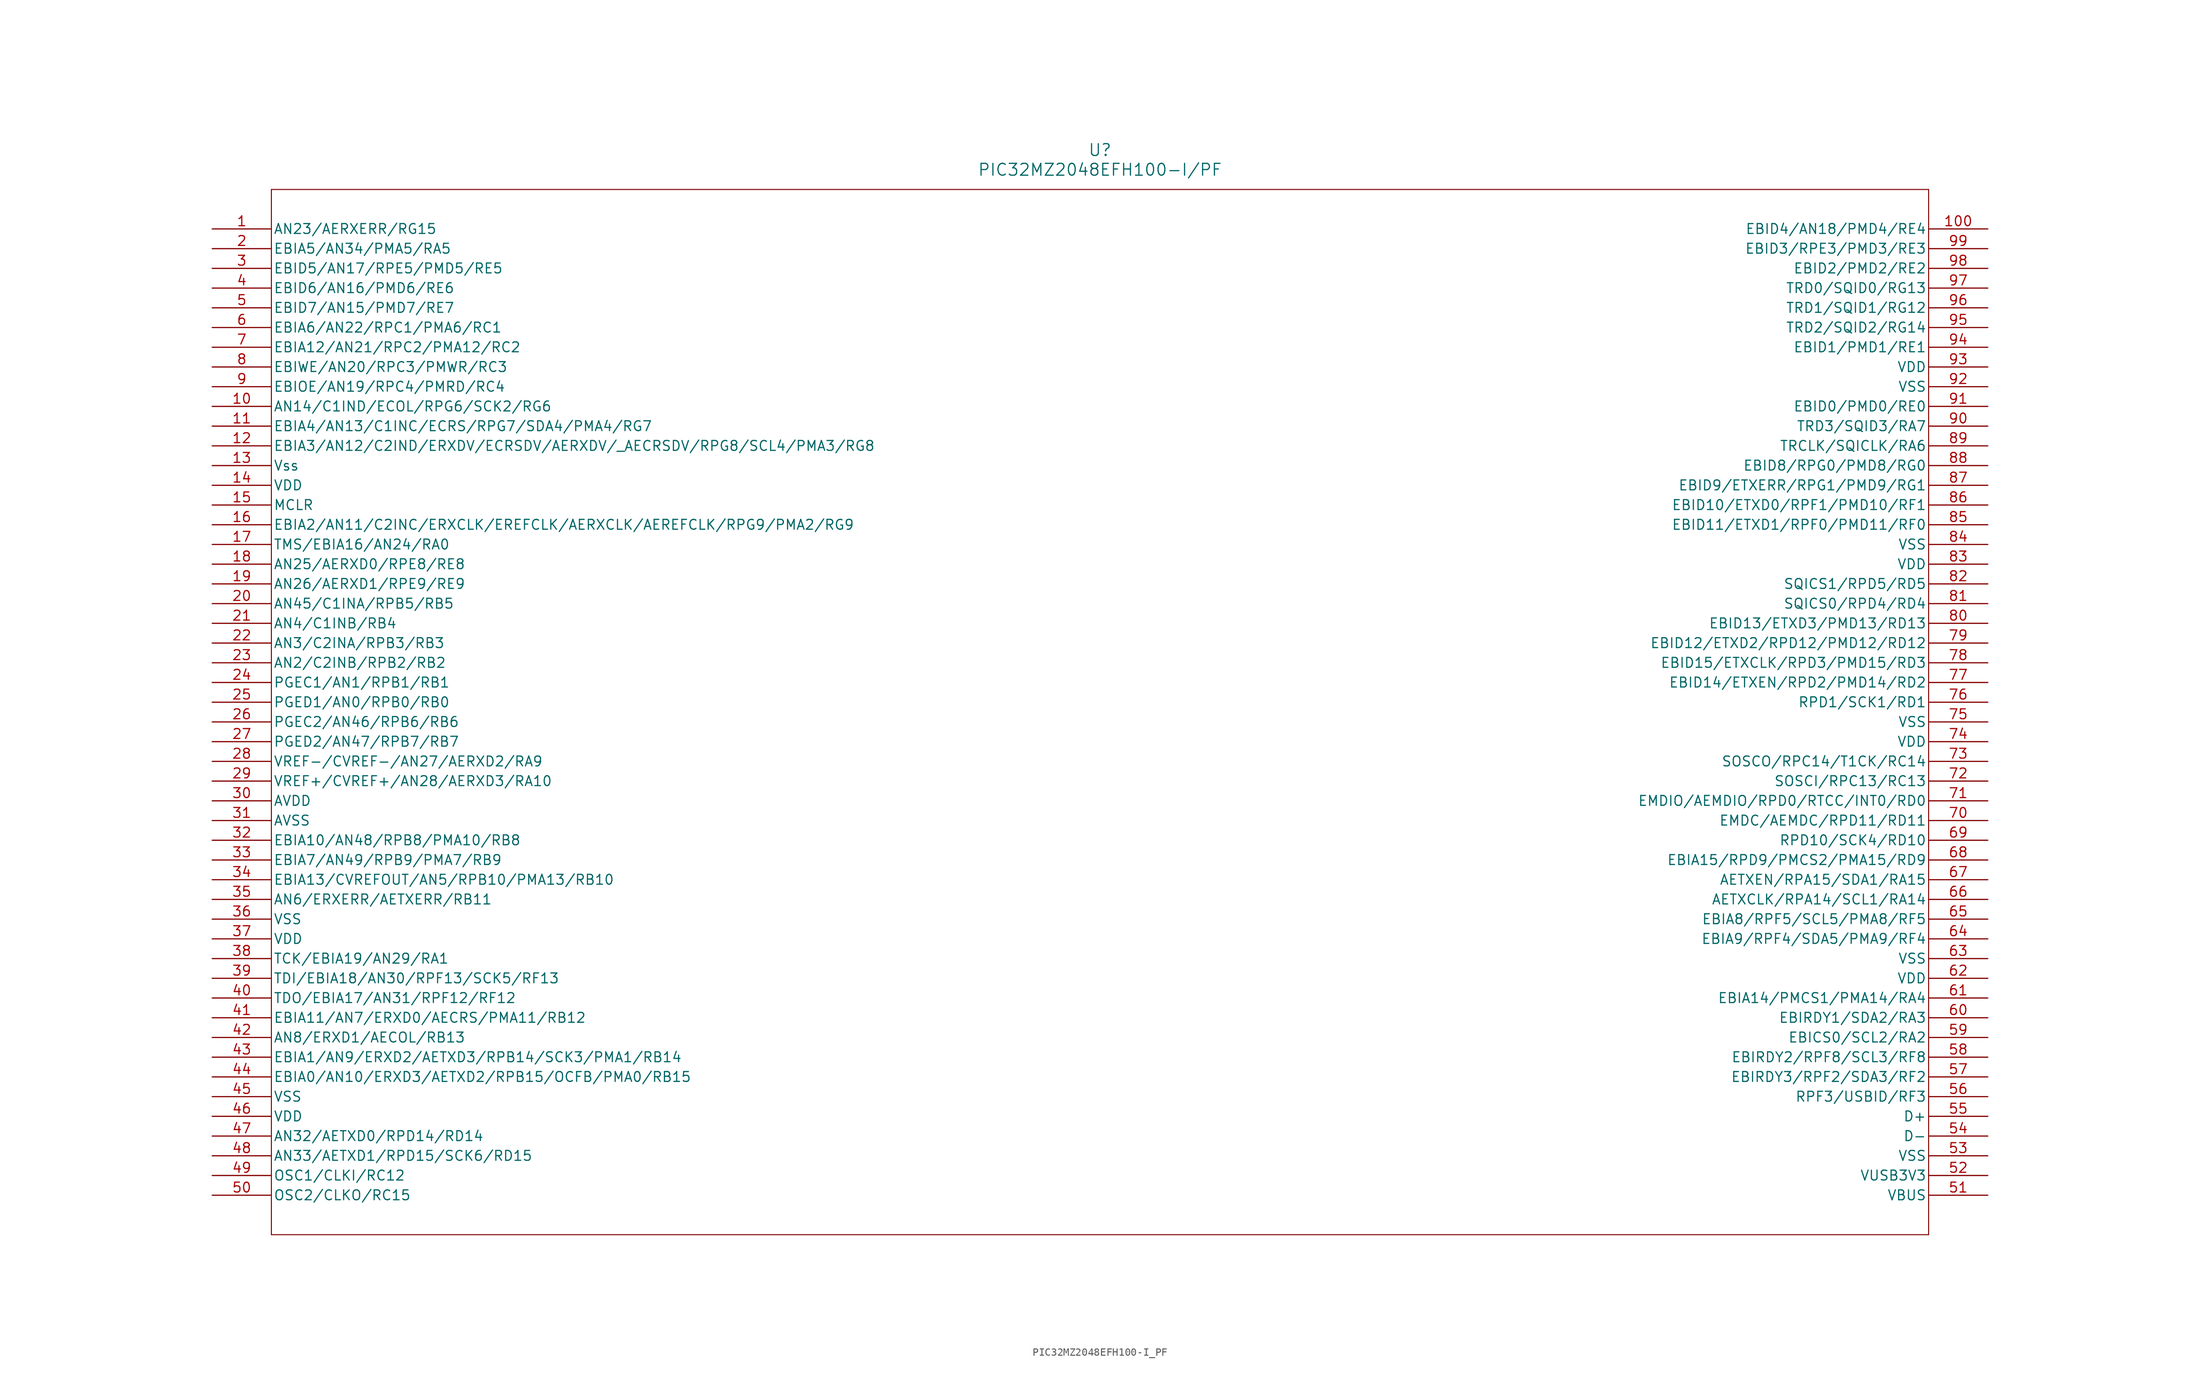
<source format=kicad_sym>
(kicad_symbol_lib
  (version 20211014)
  (generator kicad_symbol_editor)
  (symbol "PIC32MZ2048EFH100-I_PF"
    (pin_names
      (offset 0.254))
    (property "Reference" "U"
      (at 114.3 10.16 0)
      (effects (font (size 1.524 1.524))))
    (property "Value" "PIC32MZ2048EFH100-I/PF"
      (at 114.3 7.62 0)
      (effects (font (size 1.524 1.524))))
    (symbol "PIC32MZ2048EFH100-I_PF_0_1"
      (polyline (pts (xy 7.62 5.08) (xy 7.62 -129.54)) (stroke (width 0.127) (type default) (color 0 0 0 0)) (fill (type none)))
      (polyline (pts (xy 7.62 -129.54) (xy 220.98 -129.54)) (stroke (width 0.127) (type default) (color 0 0 0 0)) (fill (type none)))
      (polyline (pts (xy 220.98 -129.54) (xy 220.98 5.08)) (stroke (width 0.127) (type default) (color 0 0 0 0)) (fill (type none)))
      (polyline (pts (xy 220.98 5.08) (xy 7.62 5.08)) (stroke (width 0.127) (type default) (color 0 0 0 0)) (fill (type none)))
      (pin bidirectional line (at 0 0 0) (length 7.62) (name "AN23/AERXERR/RG15" (effects (font (size 1.27 1.27)))) (number "1" (effects (font (size 1.27 1.27)))))
      (pin bidirectional line (at 0 -2.54 0) (length 7.62) (name "EBIA5/AN34/PMA5/RA5" (effects (font (size 1.27 1.27)))) (number "2" (effects (font (size 1.27 1.27)))))
      (pin bidirectional line (at 0 -5.08 0) (length 7.62) (name "EBID5/AN17/RPE5/PMD5/RE5" (effects (font (size 1.27 1.27)))) (number "3" (effects (font (size 1.27 1.27)))))
      (pin bidirectional line (at 0 -7.62 0) (length 7.62) (name "EBID6/AN16/PMD6/RE6" (effects (font (size 1.27 1.27)))) (number "4" (effects (font (size 1.27 1.27)))))
      (pin bidirectional line (at 0 -10.16 0) (length 7.62) (name "EBID7/AN15/PMD7/RE7" (effects (font (size 1.27 1.27)))) (number "5" (effects (font (size 1.27 1.27)))))
      (pin bidirectional line (at 0 -12.7 0) (length 7.62) (name "EBIA6/AN22/RPC1/PMA6/RC1" (effects (font (size 1.27 1.27)))) (number "6" (effects (font (size 1.27 1.27)))))
      (pin bidirectional line (at 0 -15.24 0) (length 7.62) (name "EBIA12/AN21/RPC2/PMA12/RC2" (effects (font (size 1.27 1.27)))) (number "7" (effects (font (size 1.27 1.27)))))
      (pin bidirectional line (at 0 -17.78 0) (length 7.62) (name "EBIWE/AN20/RPC3/PMWR/RC3" (effects (font (size 1.27 1.27)))) (number "8" (effects (font (size 1.27 1.27)))))
      (pin bidirectional line (at 0 -20.32 0) (length 7.62) (name "EBIOE/AN19/RPC4/PMRD/RC4" (effects (font (size 1.27 1.27)))) (number "9" (effects (font (size 1.27 1.27)))))
      (pin bidirectional line (at 0 -22.86 0) (length 7.62) (name "AN14/C1IND/ECOL/RPG6/SCK2/RG6" (effects (font (size 1.27 1.27)))) (number "10" (effects (font (size 1.27 1.27)))))
      (pin bidirectional line (at 0 -25.4 0) (length 7.62) (name "EBIA4/AN13/C1INC/ECRS/RPG7/SDA4/PMA4/RG7" (effects (font (size 1.27 1.27)))) (number "11" (effects (font (size 1.27 1.27)))))
      (pin bidirectional line (at 0 -27.94 0) (length 7.62) (name "EBIA3/AN12/C2IND/ERXDV/ECRSDV/AERXDV/ AECRSDV/RPG8/SCL4/PMA3/RG8" (effects (font (size 1.27 1.27)))) (number "12" (effects (font (size 1.27 1.27)))))
      (pin power_out line (at 0 -30.48 0) (length 7.62) (name "Vss" (effects (font (size 1.27 1.27)))) (number "13" (effects (font (size 1.27 1.27)))))
      (pin power_in line (at 0 -33.02 0) (length 7.62) (name "VDD" (effects (font (size 1.27 1.27)))) (number "14" (effects (font (size 1.27 1.27)))))
      (pin input line (at 0 -35.56 0) (length 7.62) (name "MCLR" (effects (font (size 1.27 1.27)))) (number "15" (effects (font (size 1.27 1.27)))))
      (pin bidirectional line (at 0 -38.1 0) (length 7.62) (name "EBIA2/AN11/C2INC/ERXCLK/EREFCLK/AERXCLK/AEREFCLK/RPG9/PMA2/RG9" (effects (font (size 1.27 1.27)))) (number "16" (effects (font (size 1.27 1.27)))))
      (pin bidirectional line (at 0 -40.64 0) (length 7.62) (name "TMS/EBIA16/AN24/RA0" (effects (font (size 1.27 1.27)))) (number "17" (effects (font (size 1.27 1.27)))))
      (pin bidirectional line (at 0 -43.18 0) (length 7.62) (name "AN25/AERXD0/RPE8/RE8" (effects (font (size 1.27 1.27)))) (number "18" (effects (font (size 1.27 1.27)))))
      (pin bidirectional line (at 0 -45.72 0) (length 7.62) (name "AN26/AERXD1/RPE9/RE9" (effects (font (size 1.27 1.27)))) (number "19" (effects (font (size 1.27 1.27)))))
      (pin bidirectional line (at 0 -48.26 0) (length 7.62) (name "AN45/C1INA/RPB5/RB5" (effects (font (size 1.27 1.27)))) (number "20" (effects (font (size 1.27 1.27)))))
      (pin bidirectional line (at 0 -50.8 0) (length 7.62) (name "AN4/C1INB/RB4" (effects (font (size 1.27 1.27)))) (number "21" (effects (font (size 1.27 1.27)))))
      (pin bidirectional line (at 0 -53.34 0) (length 7.62) (name "AN3/C2INA/RPB3/RB3" (effects (font (size 1.27 1.27)))) (number "22" (effects (font (size 1.27 1.27)))))
      (pin bidirectional line (at 0 -55.88 0) (length 7.62) (name "AN2/C2INB/RPB2/RB2" (effects (font (size 1.27 1.27)))) (number "23" (effects (font (size 1.27 1.27)))))
      (pin bidirectional line (at 0 -58.42 0) (length 7.62) (name "PGEC1/AN1/RPB1/RB1" (effects (font (size 1.27 1.27)))) (number "24" (effects (font (size 1.27 1.27)))))
      (pin bidirectional line (at 0 -60.96 0) (length 7.62) (name "PGED1/AN0/RPB0/RB0" (effects (font (size 1.27 1.27)))) (number "25" (effects (font (size 1.27 1.27)))))
      (pin bidirectional line (at 0 -63.5 0) (length 7.62) (name "PGEC2/AN46/RPB6/RB6" (effects (font (size 1.27 1.27)))) (number "26" (effects (font (size 1.27 1.27)))))
      (pin bidirectional line (at 0 -66.04 0) (length 7.62) (name "PGED2/AN47/RPB7/RB7" (effects (font (size 1.27 1.27)))) (number "27" (effects (font (size 1.27 1.27)))))
      (pin bidirectional line (at 0 -68.58 0) (length 7.62) (name "VREF-/CVREF-/AN27/AERXD2/RA9" (effects (font (size 1.27 1.27)))) (number "28" (effects (font (size 1.27 1.27)))))
      (pin bidirectional line (at 0 -71.12 0) (length 7.62) (name "VREF+/CVREF+/AN28/AERXD3/RA10" (effects (font (size 1.27 1.27)))) (number "29" (effects (font (size 1.27 1.27)))))
      (pin power_in line (at 0 -73.66 0) (length 7.62) (name "AVDD" (effects (font (size 1.27 1.27)))) (number "30" (effects (font (size 1.27 1.27)))))
      (pin power_out line (at 0 -76.2 0) (length 7.62) (name "AVSS" (effects (font (size 1.27 1.27)))) (number "31" (effects (font (size 1.27 1.27)))))
      (pin bidirectional line (at 0 -78.74 0) (length 7.62) (name "EBIA10/AN48/RPB8/PMA10/RB8" (effects (font (size 1.27 1.27)))) (number "32" (effects (font (size 1.27 1.27)))))
      (pin bidirectional line (at 0 -81.28 0) (length 7.62) (name "EBIA7/AN49/RPB9/PMA7/RB9" (effects (font (size 1.27 1.27)))) (number "33" (effects (font (size 1.27 1.27)))))
      (pin bidirectional line (at 0 -83.82 0) (length 7.62) (name "EBIA13/CVREFOUT/AN5/RPB10/PMA13/RB10" (effects (font (size 1.27 1.27)))) (number "34" (effects (font (size 1.27 1.27)))))
      (pin bidirectional line (at 0 -86.36 0) (length 7.62) (name "AN6/ERXERR/AETXERR/RB11" (effects (font (size 1.27 1.27)))) (number "35" (effects (font (size 1.27 1.27)))))
      (pin power_out line (at 0 -88.9 0) (length 7.62) (name "VSS" (effects (font (size 1.27 1.27)))) (number "36" (effects (font (size 1.27 1.27)))))
      (pin power_in line (at 0 -91.44 0) (length 7.62) (name "VDD" (effects (font (size 1.27 1.27)))) (number "37" (effects (font (size 1.27 1.27)))))
      (pin bidirectional line (at 0 -93.98 0) (length 7.62) (name "TCK/EBIA19/AN29/RA1" (effects (font (size 1.27 1.27)))) (number "38" (effects (font (size 1.27 1.27)))))
      (pin bidirectional line (at 0 -96.52 0) (length 7.62) (name "TDI/EBIA18/AN30/RPF13/SCK5/RF13" (effects (font (size 1.27 1.27)))) (number "39" (effects (font (size 1.27 1.27)))))
      (pin bidirectional line (at 0 -99.06 0) (length 7.62) (name "TDO/EBIA17/AN31/RPF12/RF12" (effects (font (size 1.27 1.27)))) (number "40" (effects (font (size 1.27 1.27)))))
      (pin bidirectional line (at 0 -101.6 0) (length 7.62) (name "EBIA11/AN7/ERXD0/AECRS/PMA11/RB12" (effects (font (size 1.27 1.27)))) (number "41" (effects (font (size 1.27 1.27)))))
      (pin bidirectional line (at 0 -104.14 0) (length 7.62) (name "AN8/ERXD1/AECOL/RB13" (effects (font (size 1.27 1.27)))) (number "42" (effects (font (size 1.27 1.27)))))
      (pin bidirectional line (at 0 -106.68 0) (length 7.62) (name "EBIA1/AN9/ERXD2/AETXD3/RPB14/SCK3/PMA1/RB14" (effects (font (size 1.27 1.27)))) (number "43" (effects (font (size 1.27 1.27)))))
      (pin bidirectional line (at 0 -109.22 0) (length 7.62) (name "EBIA0/AN10/ERXD3/AETXD2/RPB15/OCFB/PMA0/RB15" (effects (font (size 1.27 1.27)))) (number "44" (effects (font (size 1.27 1.27)))))
      (pin power_out line (at 0 -111.76 0) (length 7.62) (name "VSS" (effects (font (size 1.27 1.27)))) (number "45" (effects (font (size 1.27 1.27)))))
      (pin power_in line (at 0 -114.3 0) (length 7.62) (name "VDD" (effects (font (size 1.27 1.27)))) (number "46" (effects (font (size 1.27 1.27)))))
      (pin bidirectional line (at 0 -116.84 0) (length 7.62) (name "AN32/AETXD0/RPD14/RD14" (effects (font (size 1.27 1.27)))) (number "47" (effects (font (size 1.27 1.27)))))
      (pin bidirectional line (at 0 -119.38 0) (length 7.62) (name "AN33/AETXD1/RPD15/SCK6/RD15" (effects (font (size 1.27 1.27)))) (number "48" (effects (font (size 1.27 1.27)))))
      (pin bidirectional line (at 0 -121.92 0) (length 7.62) (name "OSC1/CLKI/RC12" (effects (font (size 1.27 1.27)))) (number "49" (effects (font (size 1.27 1.27)))))
      (pin bidirectional line (at 0 -124.46 0) (length 7.62) (name "OSC2/CLKO/RC15" (effects (font (size 1.27 1.27)))) (number "50" (effects (font (size 1.27 1.27)))))
      (pin power_in line (at 228.6 -124.46 180) (length 7.62) (name "VBUS" (effects (font (size 1.27 1.27)))) (number "51" (effects (font (size 1.27 1.27)))))
      (pin power_in line (at 228.6 -121.92 180) (length 7.62) (name "VUSB3V3" (effects (font (size 1.27 1.27)))) (number "52" (effects (font (size 1.27 1.27)))))
      (pin power_out line (at 228.6 -119.38 180) (length 7.62) (name "VSS" (effects (font (size 1.27 1.27)))) (number "53" (effects (font (size 1.27 1.27)))))
      (pin bidirectional line (at 228.6 -116.84 180) (length 7.62) (name "D-" (effects (font (size 1.27 1.27)))) (number "54" (effects (font (size 1.27 1.27)))))
      (pin bidirectional line (at 228.6 -114.3 180) (length 7.62) (name "D+" (effects (font (size 1.27 1.27)))) (number "55" (effects (font (size 1.27 1.27)))))
      (pin bidirectional line (at 228.6 -111.76 180) (length 7.62) (name "RPF3/USBID/RF3" (effects (font (size 1.27 1.27)))) (number "56" (effects (font (size 1.27 1.27)))))
      (pin bidirectional line (at 228.6 -109.22 180) (length 7.62) (name "EBIRDY3/RPF2/SDA3/RF2" (effects (font (size 1.27 1.27)))) (number "57" (effects (font (size 1.27 1.27)))))
      (pin bidirectional line (at 228.6 -106.68 180) (length 7.62) (name "EBIRDY2/RPF8/SCL3/RF8" (effects (font (size 1.27 1.27)))) (number "58" (effects (font (size 1.27 1.27)))))
      (pin bidirectional line (at 228.6 -104.14 180) (length 7.62) (name "EBICS0/SCL2/RA2" (effects (font (size 1.27 1.27)))) (number "59" (effects (font (size 1.27 1.27)))))
      (pin bidirectional line (at 228.6 -101.6 180) (length 7.62) (name "EBIRDY1/SDA2/RA3" (effects (font (size 1.27 1.27)))) (number "60" (effects (font (size 1.27 1.27)))))
      (pin bidirectional line (at 228.6 -99.06 180) (length 7.62) (name "EBIA14/PMCS1/PMA14/RA4" (effects (font (size 1.27 1.27)))) (number "61" (effects (font (size 1.27 1.27)))))
      (pin power_in line (at 228.6 -96.52 180) (length 7.62) (name "VDD" (effects (font (size 1.27 1.27)))) (number "62" (effects (font (size 1.27 1.27)))))
      (pin power_out line (at 228.6 -93.98 180) (length 7.62) (name "VSS" (effects (font (size 1.27 1.27)))) (number "63" (effects (font (size 1.27 1.27)))))
      (pin bidirectional line (at 228.6 -91.44 180) (length 7.62) (name "EBIA9/RPF4/SDA5/PMA9/RF4" (effects (font (size 1.27 1.27)))) (number "64" (effects (font (size 1.27 1.27)))))
      (pin bidirectional line (at 228.6 -88.9 180) (length 7.62) (name "EBIA8/RPF5/SCL5/PMA8/RF5" (effects (font (size 1.27 1.27)))) (number "65" (effects (font (size 1.27 1.27)))))
      (pin bidirectional line (at 228.6 -86.36 180) (length 7.62) (name "AETXCLK/RPA14/SCL1/RA14" (effects (font (size 1.27 1.27)))) (number "66" (effects (font (size 1.27 1.27)))))
      (pin bidirectional line (at 228.6 -83.82 180) (length 7.62) (name "AETXEN/RPA15/SDA1/RA15" (effects (font (size 1.27 1.27)))) (number "67" (effects (font (size 1.27 1.27)))))
      (pin bidirectional line (at 228.6 -81.28 180) (length 7.62) (name "EBIA15/RPD9/PMCS2/PMA15/RD9" (effects (font (size 1.27 1.27)))) (number "68" (effects (font (size 1.27 1.27)))))
      (pin bidirectional line (at 228.6 -78.74 180) (length 7.62) (name "RPD10/SCK4/RD10" (effects (font (size 1.27 1.27)))) (number "69" (effects (font (size 1.27 1.27)))))
      (pin bidirectional line (at 228.6 -76.2 180) (length 7.62) (name "EMDC/AEMDC/RPD11/RD11" (effects (font (size 1.27 1.27)))) (number "70" (effects (font (size 1.27 1.27)))))
      (pin bidirectional line (at 228.6 -73.66 180) (length 7.62) (name "EMDIO/AEMDIO/RPD0/RTCC/INT0/RD0" (effects (font (size 1.27 1.27)))) (number "71" (effects (font (size 1.27 1.27)))))
      (pin bidirectional line (at 228.6 -71.12 180) (length 7.62) (name "SOSCI/RPC13/RC13" (effects (font (size 1.27 1.27)))) (number "72" (effects (font (size 1.27 1.27)))))
      (pin bidirectional line (at 228.6 -68.58 180) (length 7.62) (name "SOSCO/RPC14/T1CK/RC14" (effects (font (size 1.27 1.27)))) (number "73" (effects (font (size 1.27 1.27)))))
      (pin power_in line (at 228.6 -66.04 180) (length 7.62) (name "VDD" (effects (font (size 1.27 1.27)))) (number "74" (effects (font (size 1.27 1.27)))))
      (pin power_out line (at 228.6 -63.5 180) (length 7.62) (name "VSS" (effects (font (size 1.27 1.27)))) (number "75" (effects (font (size 1.27 1.27)))))
      (pin bidirectional line (at 228.6 -60.96 180) (length 7.62) (name "RPD1/SCK1/RD1" (effects (font (size 1.27 1.27)))) (number "76" (effects (font (size 1.27 1.27)))))
      (pin bidirectional line (at 228.6 -58.42 180) (length 7.62) (name "EBID14/ETXEN/RPD2/PMD14/RD2" (effects (font (size 1.27 1.27)))) (number "77" (effects (font (size 1.27 1.27)))))
      (pin bidirectional line (at 228.6 -55.88 180) (length 7.62) (name "EBID15/ETXCLK/RPD3/PMD15/RD3" (effects (font (size 1.27 1.27)))) (number "78" (effects (font (size 1.27 1.27)))))
      (pin bidirectional line (at 228.6 -53.34 180) (length 7.62) (name "EBID12/ETXD2/RPD12/PMD12/RD12" (effects (font (size 1.27 1.27)))) (number "79" (effects (font (size 1.27 1.27)))))
      (pin bidirectional line (at 228.6 -50.8 180) (length 7.62) (name "EBID13/ETXD3/PMD13/RD13" (effects (font (size 1.27 1.27)))) (number "80" (effects (font (size 1.27 1.27)))))
      (pin bidirectional line (at 228.6 -48.26 180) (length 7.62) (name "SQICS0/RPD4/RD4" (effects (font (size 1.27 1.27)))) (number "81" (effects (font (size 1.27 1.27)))))
      (pin bidirectional line (at 228.6 -45.72 180) (length 7.62) (name "SQICS1/RPD5/RD5" (effects (font (size 1.27 1.27)))) (number "82" (effects (font (size 1.27 1.27)))))
      (pin power_in line (at 228.6 -43.18 180) (length 7.62) (name "VDD" (effects (font (size 1.27 1.27)))) (number "83" (effects (font (size 1.27 1.27)))))
      (pin power_out line (at 228.6 -40.64 180) (length 7.62) (name "VSS" (effects (font (size 1.27 1.27)))) (number "84" (effects (font (size 1.27 1.27)))))
      (pin bidirectional line (at 228.6 -38.1 180) (length 7.62) (name "EBID11/ETXD1/RPF0/PMD11/RF0" (effects (font (size 1.27 1.27)))) (number "85" (effects (font (size 1.27 1.27)))))
      (pin bidirectional line (at 228.6 -35.56 180) (length 7.62) (name "EBID10/ETXD0/RPF1/PMD10/RF1" (effects (font (size 1.27 1.27)))) (number "86" (effects (font (size 1.27 1.27)))))
      (pin bidirectional line (at 228.6 -33.02 180) (length 7.62) (name "EBID9/ETXERR/RPG1/PMD9/RG1" (effects (font (size 1.27 1.27)))) (number "87" (effects (font (size 1.27 1.27)))))
      (pin bidirectional line (at 228.6 -30.48 180) (length 7.62) (name "EBID8/RPG0/PMD8/RG0" (effects (font (size 1.27 1.27)))) (number "88" (effects (font (size 1.27 1.27)))))
      (pin bidirectional line (at 228.6 -27.94 180) (length 7.62) (name "TRCLK/SQICLK/RA6" (effects (font (size 1.27 1.27)))) (number "89" (effects (font (size 1.27 1.27)))))
      (pin bidirectional line (at 228.6 -25.4 180) (length 7.62) (name "TRD3/SQID3/RA7" (effects (font (size 1.27 1.27)))) (number "90" (effects (font (size 1.27 1.27)))))
      (pin bidirectional line (at 228.6 -22.86 180) (length 7.62) (name "EBID0/PMD0/RE0" (effects (font (size 1.27 1.27)))) (number "91" (effects (font (size 1.27 1.27)))))
      (pin power_out line (at 228.6 -20.32 180) (length 7.62) (name "VSS" (effects (font (size 1.27 1.27)))) (number "92" (effects (font (size 1.27 1.27)))))
      (pin power_in line (at 228.6 -17.78 180) (length 7.62) (name "VDD" (effects (font (size 1.27 1.27)))) (number "93" (effects (font (size 1.27 1.27)))))
      (pin bidirectional line (at 228.6 -15.24 180) (length 7.62) (name "EBID1/PMD1/RE1" (effects (font (size 1.27 1.27)))) (number "94" (effects (font (size 1.27 1.27)))))
      (pin bidirectional line (at 228.6 -12.7 180) (length 7.62) (name "TRD2/SQID2/RG14" (effects (font (size 1.27 1.27)))) (number "95" (effects (font (size 1.27 1.27)))))
      (pin bidirectional line (at 228.6 -10.16 180) (length 7.62) (name "TRD1/SQID1/RG12" (effects (font (size 1.27 1.27)))) (number "96" (effects (font (size 1.27 1.27)))))
      (pin bidirectional line (at 228.6 -7.62 180) (length 7.62) (name "TRD0/SQID0/RG13" (effects (font (size 1.27 1.27)))) (number "97" (effects (font (size 1.27 1.27)))))
      (pin bidirectional line (at 228.6 -5.08 180) (length 7.62) (name "EBID2/PMD2/RE2" (effects (font (size 1.27 1.27)))) (number "98" (effects (font (size 1.27 1.27)))))
      (pin bidirectional line (at 228.6 -2.54 180) (length 7.62) (name "EBID3/RPE3/PMD3/RE3" (effects (font (size 1.27 1.27)))) (number "99" (effects (font (size 1.27 1.27)))))
      (pin bidirectional line (at 228.6 0 180) (length 7.62) (name "EBID4/AN18/PMD4/RE4" (effects (font (size 1.27 1.27)))) (number "100" (effects (font (size 1.27 1.27))))))))
</source>
